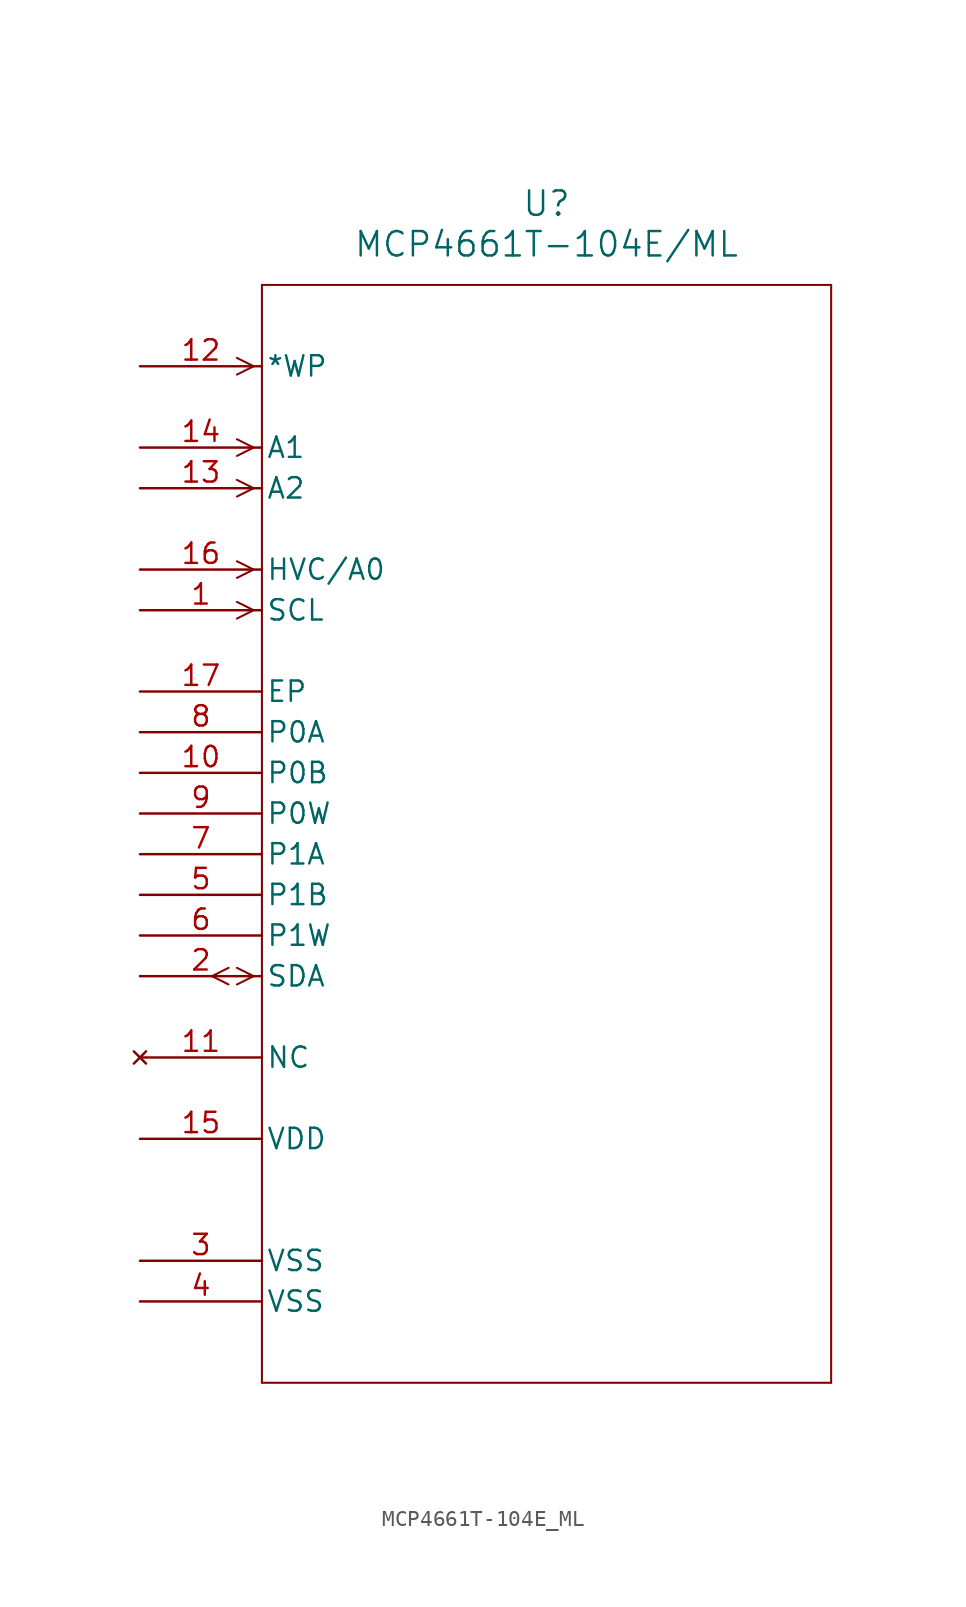
<source format=kicad_sym>
(kicad_symbol_lib
  (version 20211014)
  (generator kicad_symbol_editor)
  (symbol "MCP4661T-104E_ML"
    (pin_names
      (offset 0.254))
    (property "Reference" "U"
      (at 25.4 10.16 0)
      (effects (font (size 1.524 1.524))))
    (property "Value" "MCP4661T-104E/ML"
      (at 25.4 7.62 0)
      (effects (font (size 1.524 1.524))))
    (symbol "MCP4661T-104E_ML_0_1"
      (polyline (pts (xy 7.099 0) (xy 6.058 0.521)) (stroke (width 0.127) (type default) (color 0 0 0 0)) (fill (type none)))
      (polyline (pts (xy 7.099 0) (xy 6.058 -0.521)) (stroke (width 0.127) (type default) (color 0 0 0 0)) (fill (type none)))
      (polyline (pts (xy 7.099 -5.08) (xy 6.058 -4.559)) (stroke (width 0.127) (type default) (color 0 0 0 0)) (fill (type none)))
      (polyline (pts (xy 7.099 -5.08) (xy 6.058 -5.601)) (stroke (width 0.127) (type default) (color 0 0 0 0)) (fill (type none)))
      (polyline (pts (xy 7.099 -7.62) (xy 6.058 -7.099)) (stroke (width 0.127) (type default) (color 0 0 0 0)) (fill (type none)))
      (polyline (pts (xy 7.099 -7.62) (xy 6.058 -8.141)) (stroke (width 0.127) (type default) (color 0 0 0 0)) (fill (type none)))
      (polyline (pts (xy 7.099 -12.7) (xy 6.058 -12.179)) (stroke (width 0.127) (type default) (color 0 0 0 0)) (fill (type none)))
      (polyline (pts (xy 7.099 -12.7) (xy 6.058 -13.221)) (stroke (width 0.127) (type default) (color 0 0 0 0)) (fill (type none)))
      (polyline (pts (xy 7.099 -15.24) (xy 6.058 -14.719)) (stroke (width 0.127) (type default) (color 0 0 0 0)) (fill (type none)))
      (polyline (pts (xy 7.099 -15.24) (xy 6.058 -15.761)) (stroke (width 0.127) (type default) (color 0 0 0 0)) (fill (type none)))
      (polyline (pts (xy 7.099 -38.1) (xy 6.058 -37.579)) (stroke (width 0.127) (type default) (color 0 0 0 0)) (fill (type none)))
      (polyline (pts (xy 7.099 -38.1) (xy 6.058 -38.621)) (stroke (width 0.127) (type default) (color 0 0 0 0)) (fill (type none)))
      (polyline (pts (xy 5.537 -37.579) (xy 4.496 -38.1)) (stroke (width 0.127) (type default) (color 0 0 0 0)) (fill (type none)))
      (polyline (pts (xy 5.537 -38.621) (xy 4.496 -38.1)) (stroke (width 0.127) (type default) (color 0 0 0 0)) (fill (type none)))
      (polyline (pts (xy 7.62 5.08) (xy 7.62 -63.5)) (stroke (width 0.127) (type default) (color 0 0 0 0)) (fill (type none)))
      (polyline (pts (xy 7.62 -63.5) (xy 43.18 -63.5)) (stroke (width 0.127) (type default) (color 0 0 0 0)) (fill (type none)))
      (polyline (pts (xy 43.18 -63.5) (xy 43.18 5.08)) (stroke (width 0.127) (type default) (color 0 0 0 0)) (fill (type none)))
      (polyline (pts (xy 43.18 5.08) (xy 7.62 5.08)) (stroke (width 0.127) (type default) (color 0 0 0 0)) (fill (type none)))
      (pin input line (at 0 0 0) (length 7.62) (name "*WP" (effects (font (size 1.27 1.27)))) (number "12" (effects (font (size 1.27 1.27)))))
      (pin input line (at 0 -5.08 0) (length 7.62) (name "A1" (effects (font (size 1.27 1.27)))) (number "14" (effects (font (size 1.27 1.27)))))
      (pin input line (at 0 -7.62 0) (length 7.62) (name "A2" (effects (font (size 1.27 1.27)))) (number "13" (effects (font (size 1.27 1.27)))))
      (pin unspecified line (at 0 -20.32 0) (length 7.62) (name "EP" (effects (font (size 1.27 1.27)))) (number "17" (effects (font (size 1.27 1.27)))))
      (pin input line (at 0 -12.7 0) (length 7.62) (name "HVC/A0" (effects (font (size 1.27 1.27)))) (number "16" (effects (font (size 1.27 1.27)))))
      (pin no_connect line (at 0 -43.18 0) (length 7.62) (name "NC" (effects (font (size 1.27 1.27)))) (number "11" (effects (font (size 1.27 1.27)))))
      (pin unspecified line (at 0 -22.86 0) (length 7.62) (name "P0A" (effects (font (size 1.27 1.27)))) (number "8" (effects (font (size 1.27 1.27)))))
      (pin unspecified line (at 0 -25.4 0) (length 7.62) (name "P0B" (effects (font (size 1.27 1.27)))) (number "10" (effects (font (size 1.27 1.27)))))
      (pin unspecified line (at 0 -27.94 0) (length 7.62) (name "P0W" (effects (font (size 1.27 1.27)))) (number "9" (effects (font (size 1.27 1.27)))))
      (pin unspecified line (at 0 -30.48 0) (length 7.62) (name "P1A" (effects (font (size 1.27 1.27)))) (number "7" (effects (font (size 1.27 1.27)))))
      (pin unspecified line (at 0 -33.02 0) (length 7.62) (name "P1B" (effects (font (size 1.27 1.27)))) (number "5" (effects (font (size 1.27 1.27)))))
      (pin unspecified line (at 0 -35.56 0) (length 7.62) (name "P1W" (effects (font (size 1.27 1.27)))) (number "6" (effects (font (size 1.27 1.27)))))
      (pin input line (at 0 -15.24 0) (length 7.62) (name "SCL" (effects (font (size 1.27 1.27)))) (number "1" (effects (font (size 1.27 1.27)))))
      (pin bidirectional line (at 0 -38.1 0) (length 7.62) (name "SDA" (effects (font (size 1.27 1.27)))) (number "2" (effects (font (size 1.27 1.27)))))
      (pin power_in line (at 0 -48.26 0) (length 7.62) (name "VDD" (effects (font (size 1.27 1.27)))) (number "15" (effects (font (size 1.27 1.27)))))
      (pin power_in line (at 0 -55.88 0) (length 7.62) (name "VSS" (effects (font (size 1.27 1.27)))) (number "3" (effects (font (size 1.27 1.27)))))
      (pin power_in line (at 0 -58.42 0) (length 7.62) (name "VSS" (effects (font (size 1.27 1.27)))) (number "4" (effects (font (size 1.27 1.27))))))))
</source>
